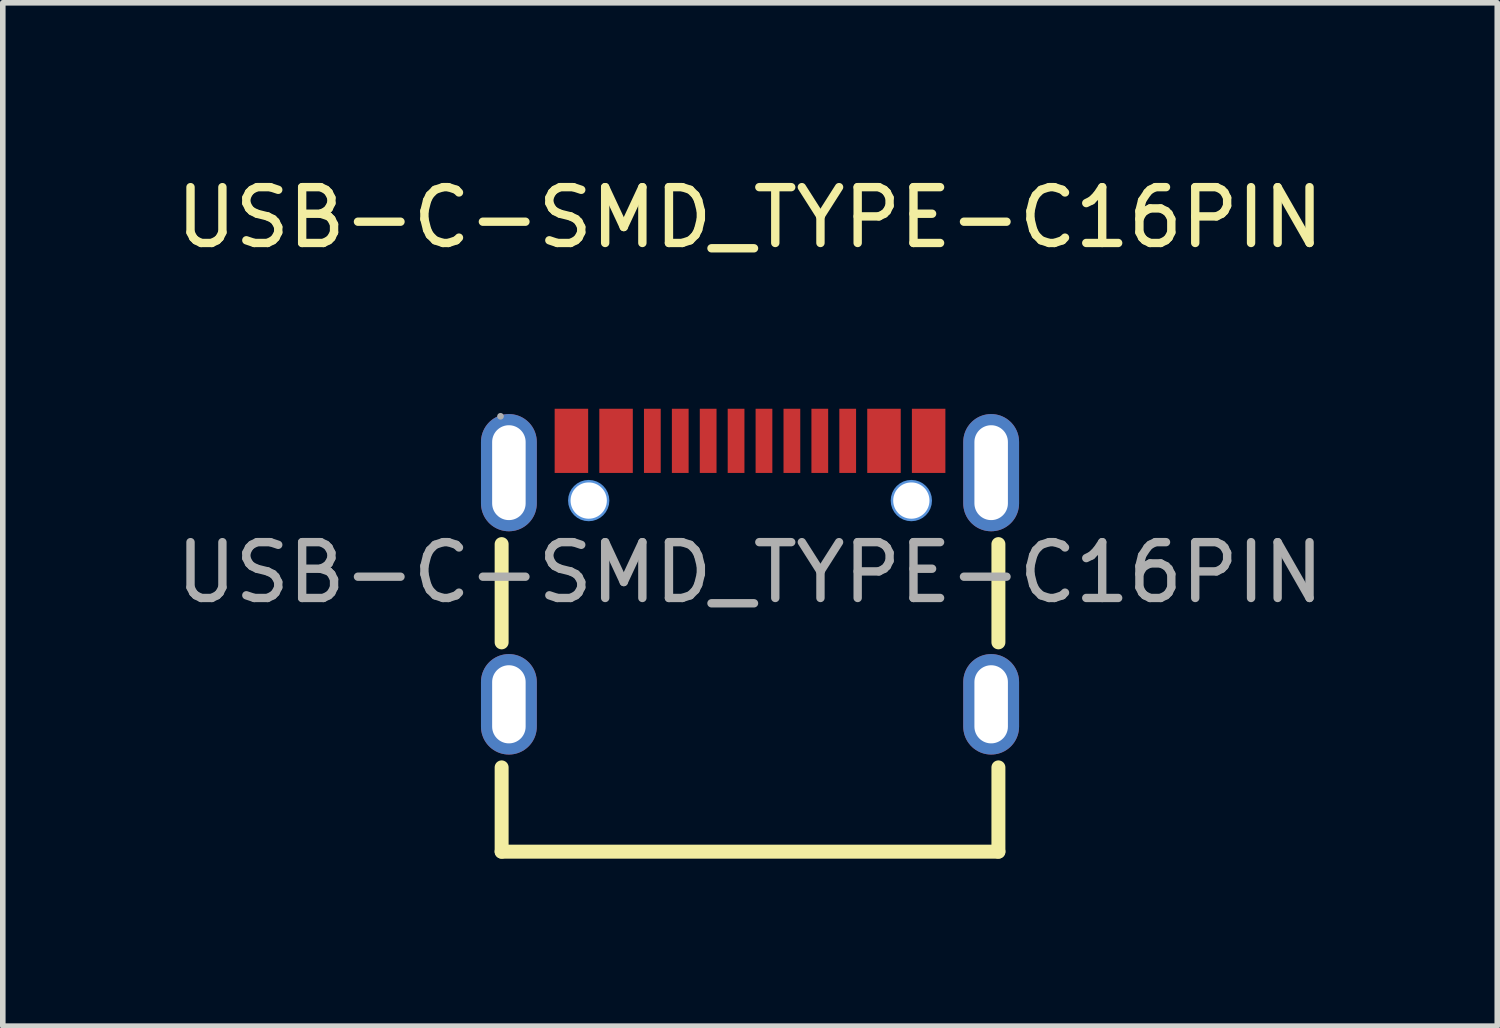
<source format=kicad_pcb>
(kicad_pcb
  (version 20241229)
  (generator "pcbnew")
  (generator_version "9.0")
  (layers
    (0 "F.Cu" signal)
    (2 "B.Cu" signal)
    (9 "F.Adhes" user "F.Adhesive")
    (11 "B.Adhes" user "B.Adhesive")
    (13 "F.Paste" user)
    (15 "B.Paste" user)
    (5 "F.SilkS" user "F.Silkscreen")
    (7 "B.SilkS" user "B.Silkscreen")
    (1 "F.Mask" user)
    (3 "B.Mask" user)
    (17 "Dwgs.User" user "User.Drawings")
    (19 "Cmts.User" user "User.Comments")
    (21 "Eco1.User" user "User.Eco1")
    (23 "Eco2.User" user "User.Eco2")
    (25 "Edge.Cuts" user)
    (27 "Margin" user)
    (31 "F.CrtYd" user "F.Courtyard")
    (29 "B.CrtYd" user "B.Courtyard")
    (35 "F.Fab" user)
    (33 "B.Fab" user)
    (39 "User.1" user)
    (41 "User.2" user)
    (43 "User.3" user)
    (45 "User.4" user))
  (footprint "USB-C-SMD_TYPE-C16PIN"
    (layer "F.Cu")
    (at 10.387 7.208)
    (property "Reference" "USB-C-SMD_TYPE-C16PIN" (at 0 -6.36 0) (layer "F.SilkS") (effects (font (size 1 1) (thickness 0.15))))
    (attr smd)
    (fp_line (start -4.45 -0.51) (end -4.45 1.25) (stroke (width 0.25) (type solid)) (layer "F.SilkS"))
    (fp_line (start -4.45 3.49) (end -4.45 5) (stroke (width 0.25) (type solid)) (layer "F.SilkS"))
    (fp_line (start -4.45 5) (end 4.45 5) (stroke (width 0.25) (type solid)) (layer "F.SilkS"))
    (fp_line (start 4.45 1.25) (end 4.45 -0.51) (stroke (width 0.25) (type solid)) (layer "F.SilkS"))
    (fp_line (start 4.45 5) (end 4.45 3.49) (stroke (width 0.25) (type solid)) (layer "F.SilkS"))
    (fp_circle (center -2.89 -1.29) (end -2.77 -1.29) (stroke (width 0.25) (type solid)) (fill no) (layer "Cmts.User"))
    (fp_circle (center 2.89 -1.29) (end 3.01 -1.29) (stroke (width 0.25) (type solid)) (fill no) (layer "Cmts.User"))
    (fp_circle (center -4.47 -2.8) (end -4.44 -2.8) (stroke (width 0.06) (type solid)) (fill no) (layer "F.Fab"))
    (fp_text user "${REFERENCE}" (at 0 0 0) (layer "F.Fab") (effects (font (size 1 1) (thickness 0.15))))
    (pad "" thru_hole circle (at -2.89 -1.29) (size 0.65 0.65) (drill 0.65) (layers "*.Cu" "*.Mask"))
    (pad "" thru_hole circle (at 2.89 -1.29) (size 0.65 0.65) (drill 0.65) (layers "*.Cu" "*.Mask"))
    (pad "A1" smd rect (at -3.2 -2.36) (size 0.6 1.15) (layers "F.Cu" "F.Mask" "F.Paste"))
    (pad "A4" smd rect (at -2.4 -2.36) (size 0.6 1.15) (layers "F.Cu" "F.Mask" "F.Paste"))
    (pad "A5" smd rect (at -1.25 -2.36) (size 0.3 1.15) (layers "F.Cu" "F.Mask" "F.Paste"))
    (pad "A6" smd rect (at -0.25 -2.36) (size 0.3 1.15) (layers "F.Cu" "F.Mask" "F.Paste"))
    (pad "A7" smd rect (at 0.25 -2.36) (size 0.3 1.15) (layers "F.Cu" "F.Mask" "F.Paste"))
    (pad "A8" smd rect (at -1.75 -2.36) (size 0.3 1.15) (layers "F.Cu" "F.Mask" "F.Paste"))
    (pad "B1" smd rect (at 3.2 -2.36) (size 0.6 1.15) (layers "F.Cu" "F.Mask" "F.Paste"))
    (pad "B4" smd rect (at 2.4 -2.36) (size 0.6 1.15) (layers "F.Cu" "F.Mask" "F.Paste"))
    (pad "B5" smd rect (at 1.75 -2.36) (size 0.3 1.15) (layers "F.Cu" "F.Mask" "F.Paste"))
    (pad "B6" smd rect (at 0.75 -2.36) (size 0.3 1.15) (layers "F.Cu" "F.Mask" "F.Paste"))
    (pad "B7" smd rect (at -0.75 -2.36) (size 0.3 1.15) (layers "F.Cu" "F.Mask" "F.Paste"))
    (pad "B8" smd rect (at 1.25 -2.36) (size 0.3 1.15) (layers "F.Cu" "F.Mask" "F.Paste"))
    (pad "S1" thru_hole oval (at -4.32 -1.79) (size 1 2.1) (drill oval 0.6 1.7) (layers "*.Cu" "*.Mask"))
    (pad "S1" thru_hole oval (at -4.32 2.36) (size 1 1.8) (drill oval 0.6 1.4) (layers "*.Cu" "*.Mask"))
    (pad "S1" thru_hole oval (at 4.32 -1.79) (size 1 2.1) (drill oval 0.6 1.7) (layers "*.Cu" "*.Mask"))
    (pad "S1" thru_hole oval (at 4.32 2.36) (size 1 1.8) (drill oval 0.6 1.4) (layers "*.Cu" "*.Mask")))
  (gr_rect
    (start -3 -3)
    (end 23.774 15.333)
    (stroke (width 0.1) (type default))
    (fill no)
    (layer "Edge.Cuts")))
</source>
